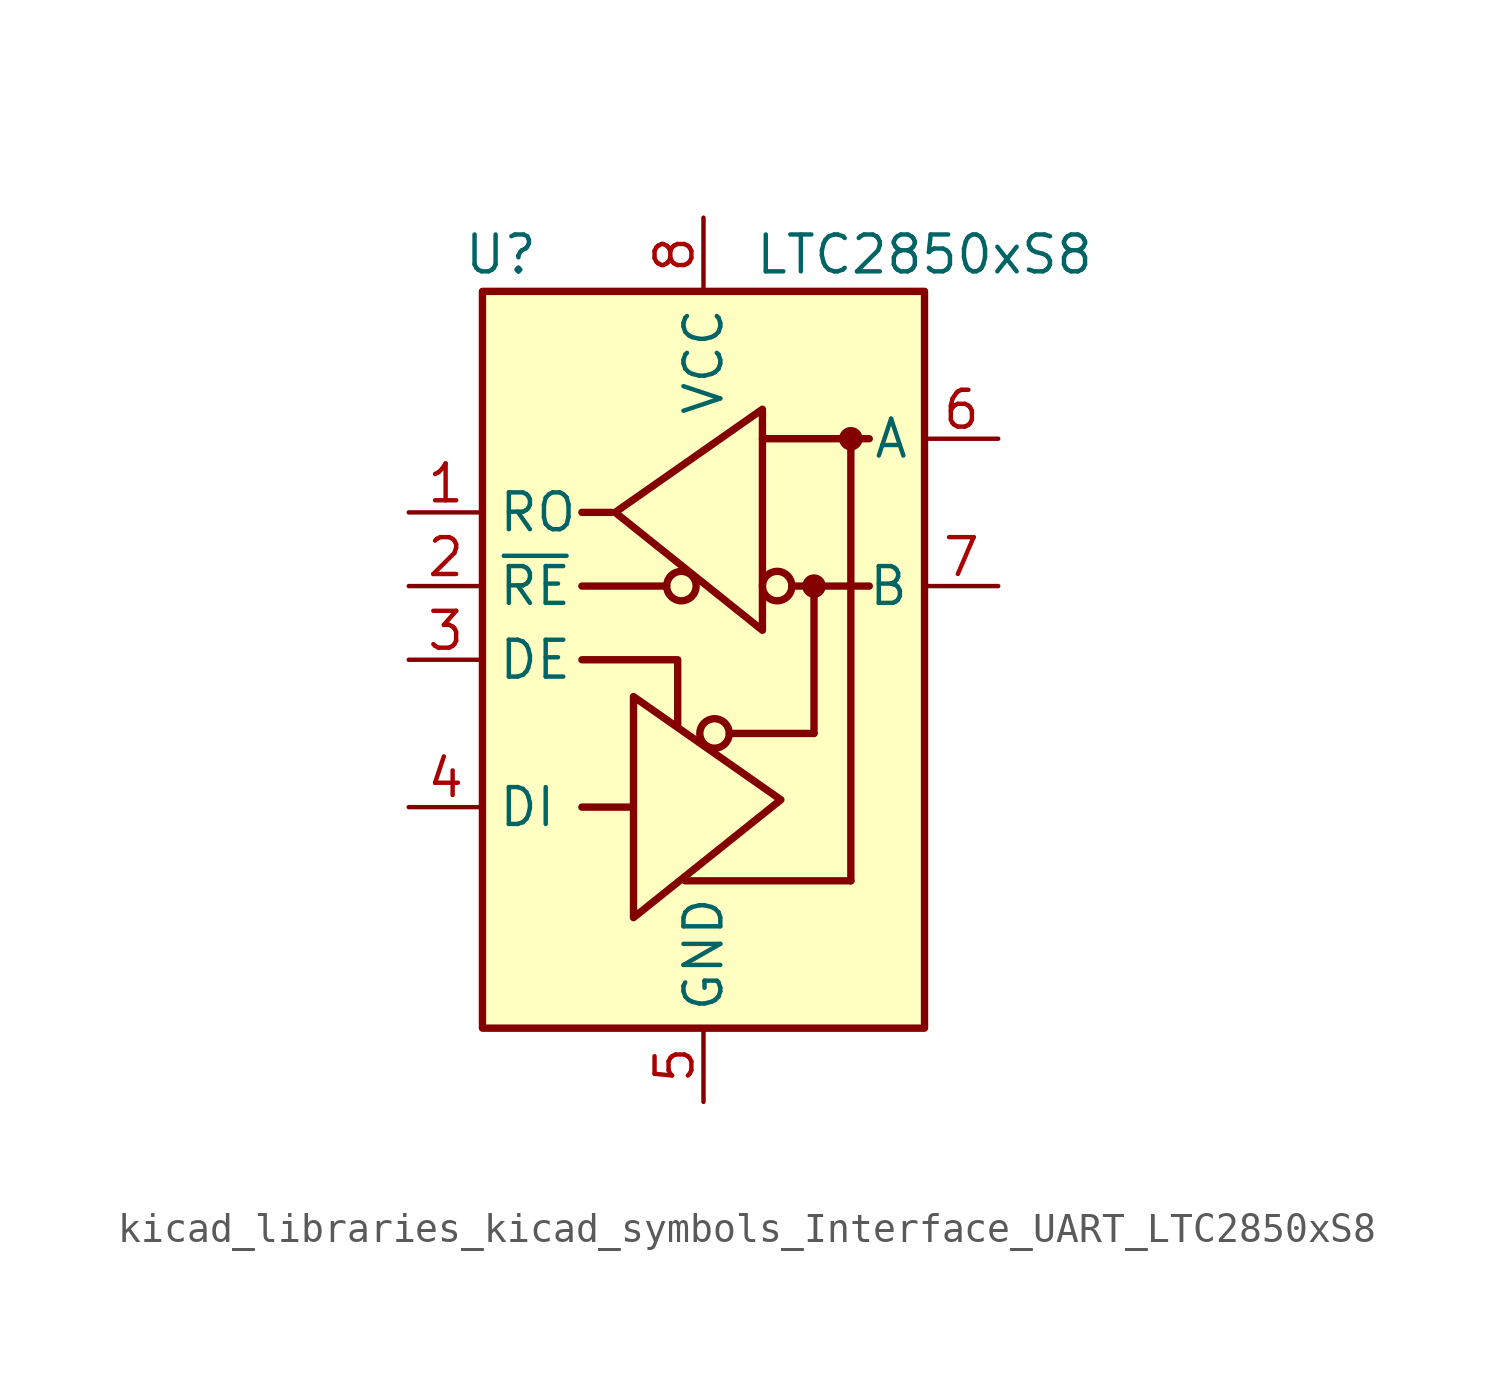
<source format=kicad_sym>
(kicad_symbol_lib
  (version 20220914)
  (generator kicad_symbol_editor)
  (symbol "kicad_libraries_kicad_symbols_Interface_UART_LTC2850xS8"
    (property "Reference" "U"
      (at -6.985 13.97 0)
      (effects (font (size 1.27 1.27))))
    (property "Value" "LTC2850xS8"
      (at 7.62 13.97 0)
      (effects (font (size 1.27 1.27))))
    (symbol "kicad_libraries_kicad_symbols_Interface_UART_LTC2850xS8_0_1"
      (rectangle (start -7.62 12.7) (end 7.62 -12.7) (stroke (width 0.254) (type default)) (fill (type background)))
      (polyline (pts (xy -4.191 2.54) (xy -1.27 2.54)) (stroke (width 0.254) (type default)) (fill (type none)))
      (polyline (pts (xy -2.54 -5.08) (xy -4.191 -5.08)) (stroke (width 0.254) (type default)) (fill (type none)))
      (polyline (pts (xy -0.635 -7.62) (xy 5.08 -7.62)) (stroke (width 0.254) (type default)) (fill (type none)))
      (polyline (pts (xy 0.889 -2.54) (xy 3.81 -2.54)) (stroke (width 0.254) (type default)) (fill (type none)))
      (polyline (pts (xy 2.032 7.62) (xy 5.715 7.62)) (stroke (width 0.254) (type default)) (fill (type none)))
      (polyline (pts (xy 3.048 2.54) (xy 5.715 2.54)) (stroke (width 0.254) (type default)) (fill (type none)))
      (polyline (pts (xy 3.81 -2.54) (xy 3.81 2.54)) (stroke (width 0.254) (type default)) (fill (type none)))
      (polyline (pts (xy 5.08 -7.62) (xy 5.08 7.62)) (stroke (width 0.254) (type default)) (fill (type none)))
      (polyline (pts (xy -4.191 0) (xy -0.889 0) (xy -0.889 -2.286)) (stroke (width 0.254) (type default)) (fill (type none)))
      (polyline (pts (xy -3.175 5.08) (xy -4.191 5.08) (xy -4.064 5.08)) (stroke (width 0.254) (type default)) (fill (type none)))
      (polyline (pts (xy -2.413 -5.08) (xy -2.413 -1.27) (xy 2.667 -4.826) (xy -2.413 -8.89) (xy -2.413 -5.08)) (stroke (width 0.254) (type default)) (fill (type none)))
      (circle (center 0.381 -2.54) (radius 0.508) (stroke (width 0.254) (type default)) (fill (type none)))
      (circle (center 3.81 2.54) (radius 0.279) (stroke (width 0.254) (type default)) (fill (type outline))))
    (symbol "kicad_libraries_kicad_symbols_Interface_UART_LTC2850xS8_1_1"
      (circle (center -0.762 2.54) (radius 0.508) (stroke (width 0.254) (type default)) (fill (type none)))
      (polyline (pts (xy 2.032 4.826) (xy 2.032 8.636) (xy -3.048 5.08) (xy 2.032 1.016) (xy 2.032 4.826)) (stroke (width 0.254) (type default)) (fill (type none)))
      (circle (center 2.54 2.54) (radius 0.508) (stroke (width 0.254) (type default)) (fill (type none)))
      (circle (center 5.08 7.62) (radius 0.279) (stroke (width 0.254) (type default)) (fill (type outline)))
      (pin output line (at -10.16 5.08 0) (length 2.54) (name "RO" (effects (font (size 1.27 1.27)))) (number "1" (effects (font (size 1.27 1.27)))))
      (pin input line (at -10.16 2.54 0) (length 2.54) (name "~{RE}" (effects (font (size 1.27 1.27)))) (number "2" (effects (font (size 1.27 1.27)))))
      (pin input line (at -10.16 0 0) (length 2.54) (name "DE" (effects (font (size 1.27 1.27)))) (number "3" (effects (font (size 1.27 1.27)))))
      (pin input line (at -10.16 -5.08 0) (length 2.54) (name "DI" (effects (font (size 1.27 1.27)))) (number "4" (effects (font (size 1.27 1.27)))))
      (pin power_in line (at 0 -15.24 90) (length 2.54) (name "GND" (effects (font (size 1.27 1.27)))) (number "5" (effects (font (size 1.27 1.27)))))
      (pin bidirectional line (at 10.16 7.62 180) (length 2.54) (name "A" (effects (font (size 1.27 1.27)))) (number "6" (effects (font (size 1.27 1.27)))))
      (pin bidirectional line (at 10.16 2.54 180) (length 2.54) (name "B" (effects (font (size 1.27 1.27)))) (number "7" (effects (font (size 1.27 1.27)))))
      (pin power_in line (at 0 15.24 270) (length 2.54) (name "VCC" (effects (font (size 1.27 1.27)))) (number "8" (effects (font (size 1.27 1.27))))))))
</source>
